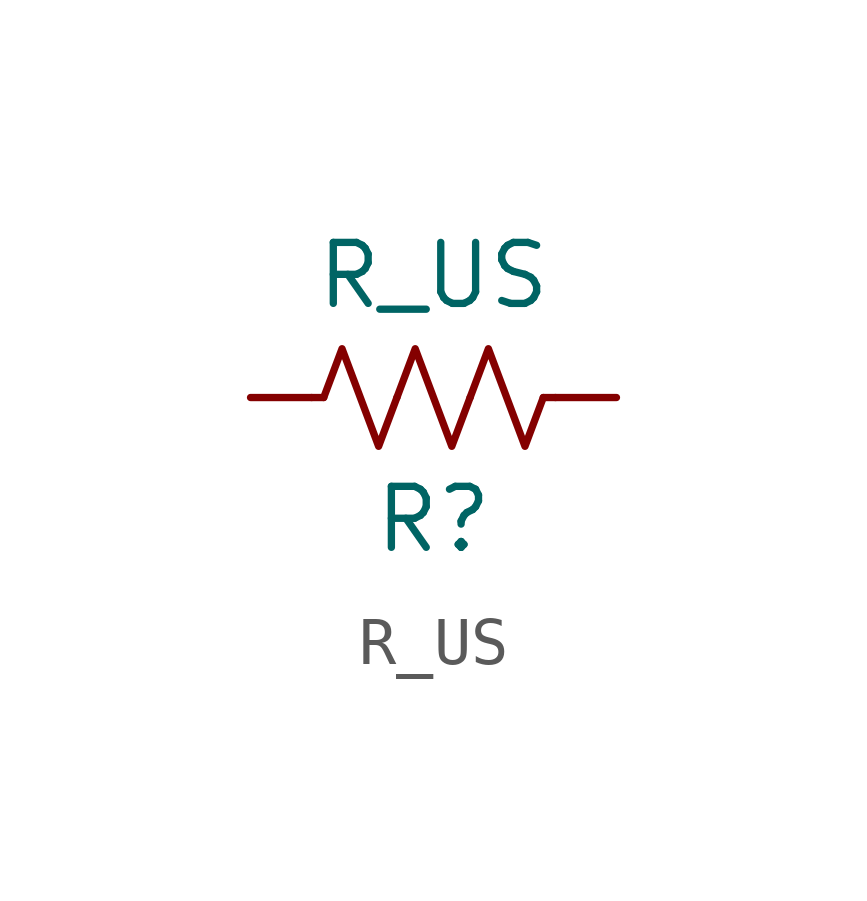
<source format=kicad_sym>
(kicad_symbol_lib
  (version 20241209)
  (generator "kicad_symbol_editor")
  (generator_version "9.0")
  (symbol "R_US"
    (pin_numbers
      (hide yes))
    (pin_names
      (offset 0))
    (property "Reference" "R"
      (at 0 -2.54 0)
      (effects (font (size 1.27 1.27))))
    (property "Value" "R_US"
      (at 0 2.54 0)
      (effects (font (size 1.27 1.27))))
    (symbol "R_US_0_1"
      (polyline (pts (xy -2.286 0) (xy -2.54 0)) (stroke (width 0) (type default)) (fill (type none)))
      (polyline (pts (xy -0.762 0) (xy -1.143 -1.016) (xy -1.524 0) (xy -1.905 1.016) (xy -2.286 0)) (stroke (width 0) (type default)) (fill (type none)))
      (polyline (pts (xy 0.762 0) (xy 0.381 -1.016) (xy 0 0) (xy -0.381 1.016) (xy -0.762 0)) (stroke (width 0) (type default)) (fill (type none)))
      (polyline (pts (xy 2.286 0) (xy 2.54 0)) (stroke (width 0) (type default)) (fill (type none)))
      (polyline (pts (xy 2.286 0) (xy 1.905 -1.016) (xy 1.524 0) (xy 1.143 1.016) (xy 0.762 0)) (stroke (width 0) (type default)) (fill (type none))))
    (symbol "R_US_1_1"
      (pin passive line (at -3.81 0 0) (length 1.27) (name "~" (effects (font (size 1.27 1.27)))) (number "2" (effects (font (size 1.27 1.27)))))
      (pin passive line (at 3.81 0 180) (length 1.27) (name "~" (effects (font (size 1.27 1.27)))) (number "1" (effects (font (size 1.27 1.27))))))))
</source>
